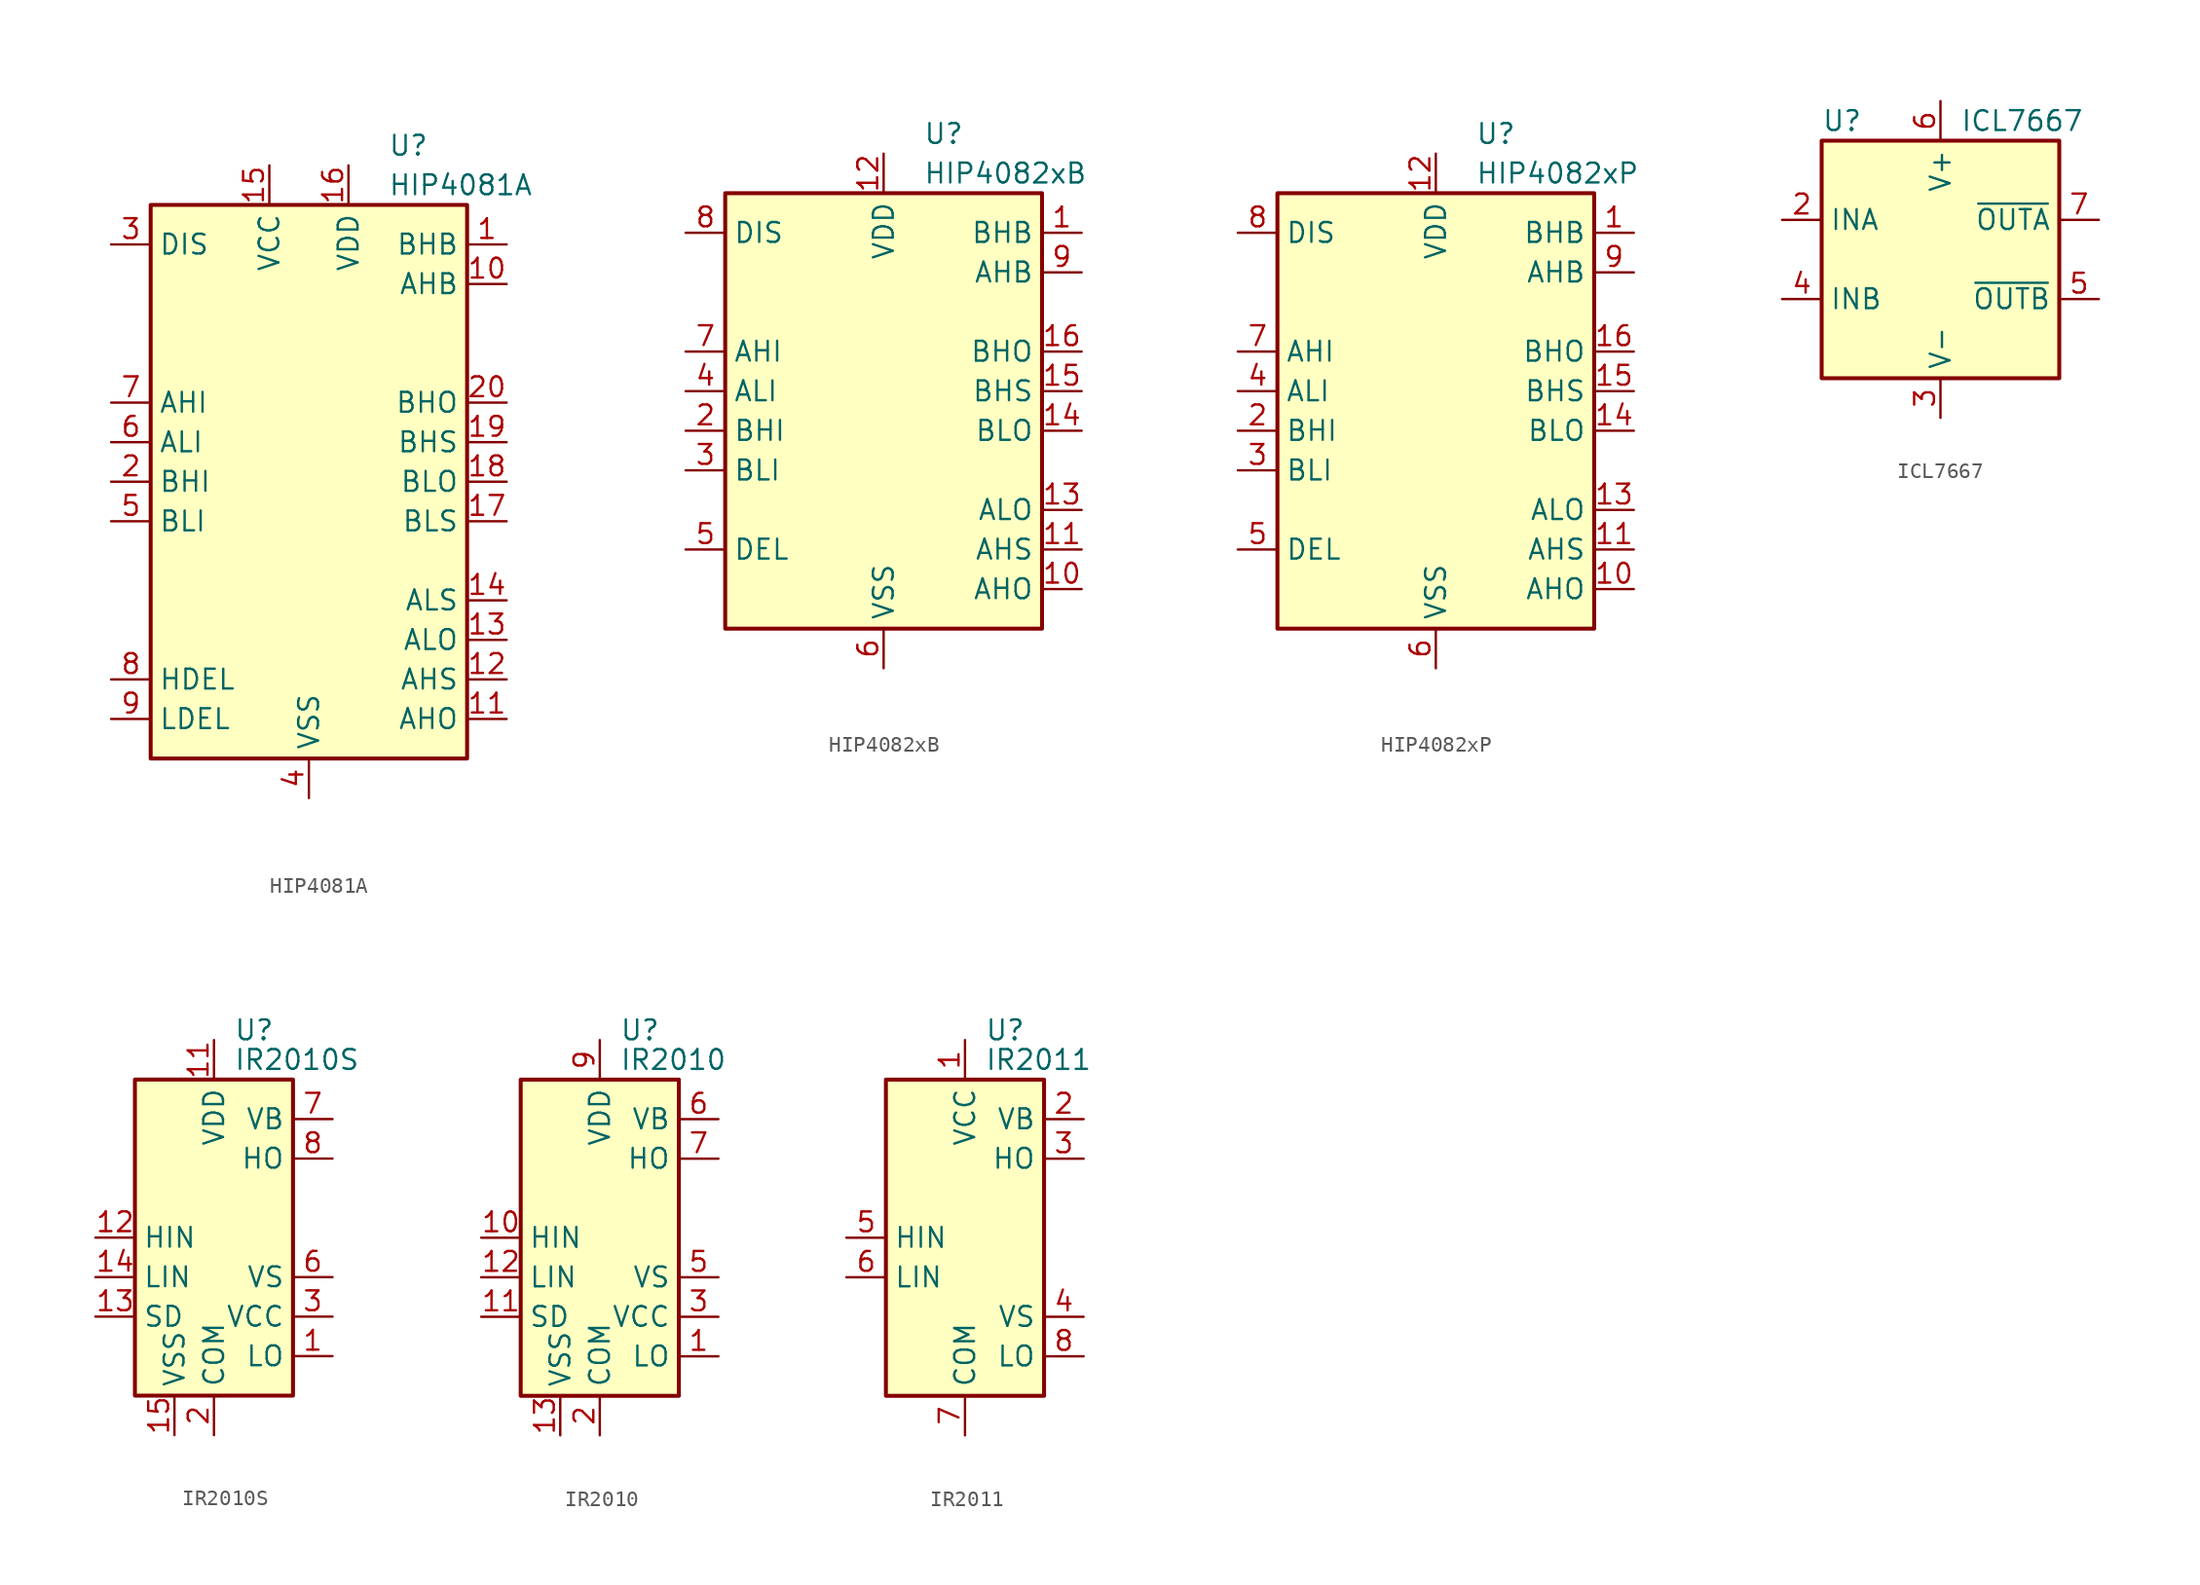
<source format=kicad_sym>
(kicad_symbol_lib
  (version 20211014)
  (generator kicad_symbol_editor)
  (symbol "HIP4081A"
    (property "Reference" "U"
      (at 5.08 21.59 0)
      (effects (font (size 1.27 1.27)) (justify left)))
    (property "Value" "HIP4081A"
      (at 5.08 19.05 0)
      (effects (font (size 1.27 1.27)) (justify left)))
    (symbol "HIP4081A_0_1"
      (rectangle (start -10.16 -17.78) (end 10.16 17.78) (stroke (width 0.254) (type default) (color 0 0 0 0)) (fill (type background))))
    (symbol "HIP4081A_1_1"
      (pin input line (at 12.7 15.24 180) (length 2.54) (name "BHB" (effects (font (size 1.27 1.27)))) (number "1" (effects (font (size 1.27 1.27)))))
      (pin input line (at 12.7 12.7 180) (length 2.54) (name "AHB" (effects (font (size 1.27 1.27)))) (number "10" (effects (font (size 1.27 1.27)))))
      (pin output line (at 12.7 -15.24 180) (length 2.54) (name "AHO" (effects (font (size 1.27 1.27)))) (number "11" (effects (font (size 1.27 1.27)))))
      (pin passive line (at 12.7 -12.7 180) (length 2.54) (name "AHS" (effects (font (size 1.27 1.27)))) (number "12" (effects (font (size 1.27 1.27)))))
      (pin output line (at 12.7 -10.16 180) (length 2.54) (name "ALO" (effects (font (size 1.27 1.27)))) (number "13" (effects (font (size 1.27 1.27)))))
      (pin passive line (at 12.7 -7.62 180) (length 2.54) (name "ALS" (effects (font (size 1.27 1.27)))) (number "14" (effects (font (size 1.27 1.27)))))
      (pin power_in line (at -2.54 20.32 270) (length 2.54) (name "VCC" (effects (font (size 1.27 1.27)))) (number "15" (effects (font (size 1.27 1.27)))))
      (pin power_in line (at 2.54 20.32 270) (length 2.54) (name "VDD" (effects (font (size 1.27 1.27)))) (number "16" (effects (font (size 1.27 1.27)))))
      (pin passive line (at 12.7 -2.54 180) (length 2.54) (name "BLS" (effects (font (size 1.27 1.27)))) (number "17" (effects (font (size 1.27 1.27)))))
      (pin output line (at 12.7 0 180) (length 2.54) (name "BLO" (effects (font (size 1.27 1.27)))) (number "18" (effects (font (size 1.27 1.27)))))
      (pin passive line (at 12.7 2.54 180) (length 2.54) (name "BHS" (effects (font (size 1.27 1.27)))) (number "19" (effects (font (size 1.27 1.27)))))
      (pin input line (at -12.7 0 0) (length 2.54) (name "BHI" (effects (font (size 1.27 1.27)))) (number "2" (effects (font (size 1.27 1.27)))))
      (pin output line (at 12.7 5.08 180) (length 2.54) (name "BHO" (effects (font (size 1.27 1.27)))) (number "20" (effects (font (size 1.27 1.27)))))
      (pin output line (at -12.7 15.24 0) (length 2.54) (name "DIS" (effects (font (size 1.27 1.27)))) (number "3" (effects (font (size 1.27 1.27)))))
      (pin power_in line (at 0 -20.32 90) (length 2.54) (name "VSS" (effects (font (size 1.27 1.27)))) (number "4" (effects (font (size 1.27 1.27)))))
      (pin input line (at -12.7 -2.54 0) (length 2.54) (name "BLI" (effects (font (size 1.27 1.27)))) (number "5" (effects (font (size 1.27 1.27)))))
      (pin input line (at -12.7 2.54 0) (length 2.54) (name "ALI" (effects (font (size 1.27 1.27)))) (number "6" (effects (font (size 1.27 1.27)))))
      (pin input line (at -12.7 5.08 0) (length 2.54) (name "AHI" (effects (font (size 1.27 1.27)))) (number "7" (effects (font (size 1.27 1.27)))))
      (pin passive line (at -12.7 -12.7 0) (length 2.54) (name "HDEL" (effects (font (size 1.27 1.27)))) (number "8" (effects (font (size 1.27 1.27)))))
      (pin passive line (at -12.7 -15.24 0) (length 2.54) (name "LDEL" (effects (font (size 1.27 1.27)))) (number "9" (effects (font (size 1.27 1.27)))))))
  (symbol "HIP4082xB"
    (property "Reference" "U"
      (at 2.54 16.51 0)
      (effects (font (size 1.27 1.27)) (justify left)))
    (property "Value" "HIP4082xB"
      (at 2.54 13.97 0)
      (effects (font (size 1.27 1.27)) (justify left)))
    (symbol "HIP4082xB_0_0"
      (pin passive line (at -12.7 -10.16 0) (length 2.54) (name "DEL" (effects (font (size 1.27 1.27)))) (number "5" (effects (font (size 1.27 1.27))))))
    (symbol "HIP4082xB_1_1"
      (rectangle (start -10.16 -15.24) (end 10.16 12.7) (stroke (width 0.254) (type default) (color 0 0 0 0)) (fill (type background)))
      (pin input line (at 12.7 10.16 180) (length 2.54) (name "BHB" (effects (font (size 1.27 1.27)))) (number "1" (effects (font (size 1.27 1.27)))))
      (pin output line (at 12.7 -12.7 180) (length 2.54) (name "AHO" (effects (font (size 1.27 1.27)))) (number "10" (effects (font (size 1.27 1.27)))))
      (pin passive line (at 12.7 -10.16 180) (length 2.54) (name "AHS" (effects (font (size 1.27 1.27)))) (number "11" (effects (font (size 1.27 1.27)))))
      (pin power_in line (at 0 15.24 270) (length 2.54) (name "VDD" (effects (font (size 1.27 1.27)))) (number "12" (effects (font (size 1.27 1.27)))))
      (pin output line (at 12.7 -7.62 180) (length 2.54) (name "ALO" (effects (font (size 1.27 1.27)))) (number "13" (effects (font (size 1.27 1.27)))))
      (pin output line (at 12.7 -2.54 180) (length 2.54) (name "BLO" (effects (font (size 1.27 1.27)))) (number "14" (effects (font (size 1.27 1.27)))))
      (pin passive line (at 12.7 0 180) (length 2.54) (name "BHS" (effects (font (size 1.27 1.27)))) (number "15" (effects (font (size 1.27 1.27)))))
      (pin output line (at 12.7 2.54 180) (length 2.54) (name "BHO" (effects (font (size 1.27 1.27)))) (number "16" (effects (font (size 1.27 1.27)))))
      (pin input line (at -12.7 -2.54 0) (length 2.54) (name "BHI" (effects (font (size 1.27 1.27)))) (number "2" (effects (font (size 1.27 1.27)))))
      (pin input line (at -12.7 -5.08 0) (length 2.54) (name "BLI" (effects (font (size 1.27 1.27)))) (number "3" (effects (font (size 1.27 1.27)))))
      (pin input line (at -12.7 0 0) (length 2.54) (name "ALI" (effects (font (size 1.27 1.27)))) (number "4" (effects (font (size 1.27 1.27)))))
      (pin power_in line (at 0 -17.78 90) (length 2.54) (name "VSS" (effects (font (size 1.27 1.27)))) (number "6" (effects (font (size 1.27 1.27)))))
      (pin input line (at -12.7 2.54 0) (length 2.54) (name "AHI" (effects (font (size 1.27 1.27)))) (number "7" (effects (font (size 1.27 1.27)))))
      (pin input line (at -12.7 10.16 0) (length 2.54) (name "DIS" (effects (font (size 1.27 1.27)))) (number "8" (effects (font (size 1.27 1.27)))))
      (pin input line (at 12.7 7.62 180) (length 2.54) (name "AHB" (effects (font (size 1.27 1.27)))) (number "9" (effects (font (size 1.27 1.27)))))))
  (symbol "HIP4082xP"
    (property "Reference" "U"
      (at 2.54 16.51 0)
      (effects (font (size 1.27 1.27)) (justify left)))
    (property "Value" "HIP4082xP"
      (at 2.54 13.97 0)
      (effects (font (size 1.27 1.27)) (justify left)))
    (symbol "HIP4082xP_0_0"
      (pin passive line (at -12.7 -10.16 0) (length 2.54) (name "DEL" (effects (font (size 1.27 1.27)))) (number "5" (effects (font (size 1.27 1.27))))))
    (symbol "HIP4082xP_1_1"
      (rectangle (start -10.16 -15.24) (end 10.16 12.7) (stroke (width 0.254) (type default) (color 0 0 0 0)) (fill (type background)))
      (pin input line (at 12.7 10.16 180) (length 2.54) (name "BHB" (effects (font (size 1.27 1.27)))) (number "1" (effects (font (size 1.27 1.27)))))
      (pin output line (at 12.7 -12.7 180) (length 2.54) (name "AHO" (effects (font (size 1.27 1.27)))) (number "10" (effects (font (size 1.27 1.27)))))
      (pin passive line (at 12.7 -10.16 180) (length 2.54) (name "AHS" (effects (font (size 1.27 1.27)))) (number "11" (effects (font (size 1.27 1.27)))))
      (pin power_in line (at 0 15.24 270) (length 2.54) (name "VDD" (effects (font (size 1.27 1.27)))) (number "12" (effects (font (size 1.27 1.27)))))
      (pin output line (at 12.7 -7.62 180) (length 2.54) (name "ALO" (effects (font (size 1.27 1.27)))) (number "13" (effects (font (size 1.27 1.27)))))
      (pin output line (at 12.7 -2.54 180) (length 2.54) (name "BLO" (effects (font (size 1.27 1.27)))) (number "14" (effects (font (size 1.27 1.27)))))
      (pin passive line (at 12.7 0 180) (length 2.54) (name "BHS" (effects (font (size 1.27 1.27)))) (number "15" (effects (font (size 1.27 1.27)))))
      (pin output line (at 12.7 2.54 180) (length 2.54) (name "BHO" (effects (font (size 1.27 1.27)))) (number "16" (effects (font (size 1.27 1.27)))))
      (pin input line (at -12.7 -2.54 0) (length 2.54) (name "BHI" (effects (font (size 1.27 1.27)))) (number "2" (effects (font (size 1.27 1.27)))))
      (pin input line (at -12.7 -5.08 0) (length 2.54) (name "BLI" (effects (font (size 1.27 1.27)))) (number "3" (effects (font (size 1.27 1.27)))))
      (pin input line (at -12.7 0 0) (length 2.54) (name "ALI" (effects (font (size 1.27 1.27)))) (number "4" (effects (font (size 1.27 1.27)))))
      (pin power_in line (at 0 -17.78 90) (length 2.54) (name "VSS" (effects (font (size 1.27 1.27)))) (number "6" (effects (font (size 1.27 1.27)))))
      (pin input line (at -12.7 2.54 0) (length 2.54) (name "AHI" (effects (font (size 1.27 1.27)))) (number "7" (effects (font (size 1.27 1.27)))))
      (pin input line (at -12.7 10.16 0) (length 2.54) (name "DIS" (effects (font (size 1.27 1.27)))) (number "8" (effects (font (size 1.27 1.27)))))
      (pin input line (at 12.7 7.62 180) (length 2.54) (name "AHB" (effects (font (size 1.27 1.27)))) (number "9" (effects (font (size 1.27 1.27)))))))
  (symbol "ICL7667"
    (property "Reference" "U"
      (at -7.62 8.89 0)
      (effects (font (size 1.27 1.27)) (justify left)))
    (property "Value" "ICL7667"
      (at 1.27 8.89 0)
      (effects (font (size 1.27 1.27)) (justify left)))
    (symbol "ICL7667_0_1"
      (rectangle (start -7.62 -7.62) (end 7.62 7.62) (stroke (width 0.254) (type default) (color 0 0 0 0)) (fill (type background))))
    (symbol "ICL7667_1_1"
      (pin no_connect line (at -7.62 0 0) (length 2.54) hide (name "NC" (effects (font (size 1.27 1.27)))) (number "1" (effects (font (size 1.27 1.27)))))
      (pin input line (at -10.16 2.54 0) (length 2.54) (name "INA" (effects (font (size 1.27 1.27)))) (number "2" (effects (font (size 1.27 1.27)))))
      (pin power_in line (at 0 -10.16 90) (length 2.54) (name "V-" (effects (font (size 1.27 1.27)))) (number "3" (effects (font (size 1.27 1.27)))))
      (pin input line (at -10.16 -2.54 0) (length 2.54) (name "INB" (effects (font (size 1.27 1.27)))) (number "4" (effects (font (size 1.27 1.27)))))
      (pin output line (at 10.16 -2.54 180) (length 2.54) (name "~{OUTB}" (effects (font (size 1.27 1.27)))) (number "5" (effects (font (size 1.27 1.27)))))
      (pin power_in line (at 0 10.16 270) (length 2.54) (name "V+" (effects (font (size 1.27 1.27)))) (number "6" (effects (font (size 1.27 1.27)))))
      (pin output line (at 10.16 2.54 180) (length 2.54) (name "~{OUTA}" (effects (font (size 1.27 1.27)))) (number "7" (effects (font (size 1.27 1.27)))))
      (pin no_connect line (at 7.62 0 180) (length 2.54) hide (name "NC" (effects (font (size 1.27 1.27)))) (number "8" (effects (font (size 1.27 1.27)))))))
  (symbol "IR2010S"
    (property "Reference" "U"
      (at 1.27 13.335 0)
      (effects (font (size 1.27 1.27)) (justify left)))
    (property "Value" "IR2010S"
      (at 1.27 11.43 0)
      (effects (font (size 1.27 1.27)) (justify left)))
    (symbol "IR2010S_0_1"
      (rectangle (start -5.08 -10.16) (end 5.08 10.16) (stroke (width 0.254) (type default) (color 0 0 0 0)) (fill (type background))))
    (symbol "IR2010S_1_1"
      (pin output line (at 7.62 -7.62 180) (length 2.54) (name "LO" (effects (font (size 1.27 1.27)))) (number "1" (effects (font (size 1.27 1.27)))))
      (pin no_connect line (at 5.08 2.54 180) (length 2.54) hide (name "NC" (effects (font (size 1.27 1.27)))) (number "10" (effects (font (size 1.27 1.27)))))
      (pin power_in line (at 0 12.7 270) (length 2.54) (name "VDD" (effects (font (size 1.27 1.27)))) (number "11" (effects (font (size 1.27 1.27)))))
      (pin input line (at -7.62 0 0) (length 2.54) (name "HIN" (effects (font (size 1.27 1.27)))) (number "12" (effects (font (size 1.27 1.27)))))
      (pin input line (at -7.62 -5.08 0) (length 2.54) (name "SD" (effects (font (size 1.27 1.27)))) (number "13" (effects (font (size 1.27 1.27)))))
      (pin input line (at -7.62 -2.54 0) (length 2.54) (name "LIN" (effects (font (size 1.27 1.27)))) (number "14" (effects (font (size 1.27 1.27)))))
      (pin power_in line (at -2.54 -12.7 90) (length 2.54) (name "VSS" (effects (font (size 1.27 1.27)))) (number "15" (effects (font (size 1.27 1.27)))))
      (pin no_connect line (at 5.08 0 180) (length 2.54) hide (name "NC" (effects (font (size 1.27 1.27)))) (number "16" (effects (font (size 1.27 1.27)))))
      (pin power_in line (at 0 -12.7 90) (length 2.54) (name "COM" (effects (font (size 1.27 1.27)))) (number "2" (effects (font (size 1.27 1.27)))))
      (pin power_in line (at 7.62 -5.08 180) (length 2.54) (name "VCC" (effects (font (size 1.27 1.27)))) (number "3" (effects (font (size 1.27 1.27)))))
      (pin no_connect line (at -5.08 7.62 0) (length 2.54) hide (name "NC" (effects (font (size 1.27 1.27)))) (number "4" (effects (font (size 1.27 1.27)))))
      (pin no_connect line (at -5.08 5.08 0) (length 2.54) hide (name "NC" (effects (font (size 1.27 1.27)))) (number "5" (effects (font (size 1.27 1.27)))))
      (pin passive line (at 7.62 -2.54 180) (length 2.54) (name "VS" (effects (font (size 1.27 1.27)))) (number "6" (effects (font (size 1.27 1.27)))))
      (pin passive line (at 7.62 7.62 180) (length 2.54) (name "VB" (effects (font (size 1.27 1.27)))) (number "7" (effects (font (size 1.27 1.27)))))
      (pin output line (at 7.62 5.08 180) (length 2.54) (name "HO" (effects (font (size 1.27 1.27)))) (number "8" (effects (font (size 1.27 1.27)))))
      (pin no_connect line (at -5.08 2.54 0) (length 2.54) hide (name "NC" (effects (font (size 1.27 1.27)))) (number "9" (effects (font (size 1.27 1.27)))))))
  (symbol "IR2010"
    (property "Reference" "U"
      (at 1.27 13.335 0)
      (effects (font (size 1.27 1.27)) (justify left)))
    (property "Value" "IR2010"
      (at 1.27 11.43 0)
      (effects (font (size 1.27 1.27)) (justify left)))
    (symbol "IR2010_0_1"
      (rectangle (start -5.08 -10.16) (end 5.08 10.16) (stroke (width 0.254) (type default) (color 0 0 0 0)) (fill (type background))))
    (symbol "IR2010_1_1"
      (pin output line (at 7.62 -7.62 180) (length 2.54) (name "LO" (effects (font (size 1.27 1.27)))) (number "1" (effects (font (size 1.27 1.27)))))
      (pin input line (at -7.62 0 0) (length 2.54) (name "HIN" (effects (font (size 1.27 1.27)))) (number "10" (effects (font (size 1.27 1.27)))))
      (pin input line (at -7.62 -5.08 0) (length 2.54) (name "SD" (effects (font (size 1.27 1.27)))) (number "11" (effects (font (size 1.27 1.27)))))
      (pin input line (at -7.62 -2.54 0) (length 2.54) (name "LIN" (effects (font (size 1.27 1.27)))) (number "12" (effects (font (size 1.27 1.27)))))
      (pin power_in line (at -2.54 -12.7 90) (length 2.54) (name "VSS" (effects (font (size 1.27 1.27)))) (number "13" (effects (font (size 1.27 1.27)))))
      (pin no_connect line (at -5.08 2.54 0) (length 2.54) hide (name "NC" (effects (font (size 1.27 1.27)))) (number "14" (effects (font (size 1.27 1.27)))))
      (pin power_in line (at 0 -12.7 90) (length 2.54) (name "COM" (effects (font (size 1.27 1.27)))) (number "2" (effects (font (size 1.27 1.27)))))
      (pin power_in line (at 7.62 -5.08 180) (length 2.54) (name "VCC" (effects (font (size 1.27 1.27)))) (number "3" (effects (font (size 1.27 1.27)))))
      (pin no_connect line (at -5.08 7.62 0) (length 2.54) hide (name "NC" (effects (font (size 1.27 1.27)))) (number "4" (effects (font (size 1.27 1.27)))))
      (pin passive line (at 7.62 -2.54 180) (length 2.54) (name "VS" (effects (font (size 1.27 1.27)))) (number "5" (effects (font (size 1.27 1.27)))))
      (pin passive line (at 7.62 7.62 180) (length 2.54) (name "VB" (effects (font (size 1.27 1.27)))) (number "6" (effects (font (size 1.27 1.27)))))
      (pin output line (at 7.62 5.08 180) (length 2.54) (name "HO" (effects (font (size 1.27 1.27)))) (number "7" (effects (font (size 1.27 1.27)))))
      (pin no_connect line (at -5.08 5.08 0) (length 2.54) hide (name "NC" (effects (font (size 1.27 1.27)))) (number "8" (effects (font (size 1.27 1.27)))))
      (pin power_in line (at 0 12.7 270) (length 2.54) (name "VDD" (effects (font (size 1.27 1.27)))) (number "9" (effects (font (size 1.27 1.27)))))))
  (symbol "IR2011"
    (property "Reference" "U"
      (at 1.27 13.335 0)
      (effects (font (size 1.27 1.27)) (justify left)))
    (property "Value" "IR2011"
      (at 1.27 11.43 0)
      (effects (font (size 1.27 1.27)) (justify left)))
    (symbol "IR2011_0_1"
      (rectangle (start -5.08 -10.16) (end 5.08 10.16) (stroke (width 0.254) (type default) (color 0 0 0 0)) (fill (type background))))
    (symbol "IR2011_1_1"
      (pin power_in line (at 0 12.7 270) (length 2.54) (name "VCC" (effects (font (size 1.27 1.27)))) (number "1" (effects (font (size 1.27 1.27)))))
      (pin passive line (at 7.62 7.62 180) (length 2.54) (name "VB" (effects (font (size 1.27 1.27)))) (number "2" (effects (font (size 1.27 1.27)))))
      (pin output line (at 7.62 5.08 180) (length 2.54) (name "HO" (effects (font (size 1.27 1.27)))) (number "3" (effects (font (size 1.27 1.27)))))
      (pin passive line (at 7.62 -5.08 180) (length 2.54) (name "VS" (effects (font (size 1.27 1.27)))) (number "4" (effects (font (size 1.27 1.27)))))
      (pin input line (at -7.62 0 0) (length 2.54) (name "HIN" (effects (font (size 1.27 1.27)))) (number "5" (effects (font (size 1.27 1.27)))))
      (pin input line (at -7.62 -2.54 0) (length 2.54) (name "LIN" (effects (font (size 1.27 1.27)))) (number "6" (effects (font (size 1.27 1.27)))))
      (pin power_in line (at 0 -12.7 90) (length 2.54) (name "COM" (effects (font (size 1.27 1.27)))) (number "7" (effects (font (size 1.27 1.27)))))
      (pin output line (at 7.62 -7.62 180) (length 2.54) (name "LO" (effects (font (size 1.27 1.27)))) (number "8" (effects (font (size 1.27 1.27))))))))
</source>
